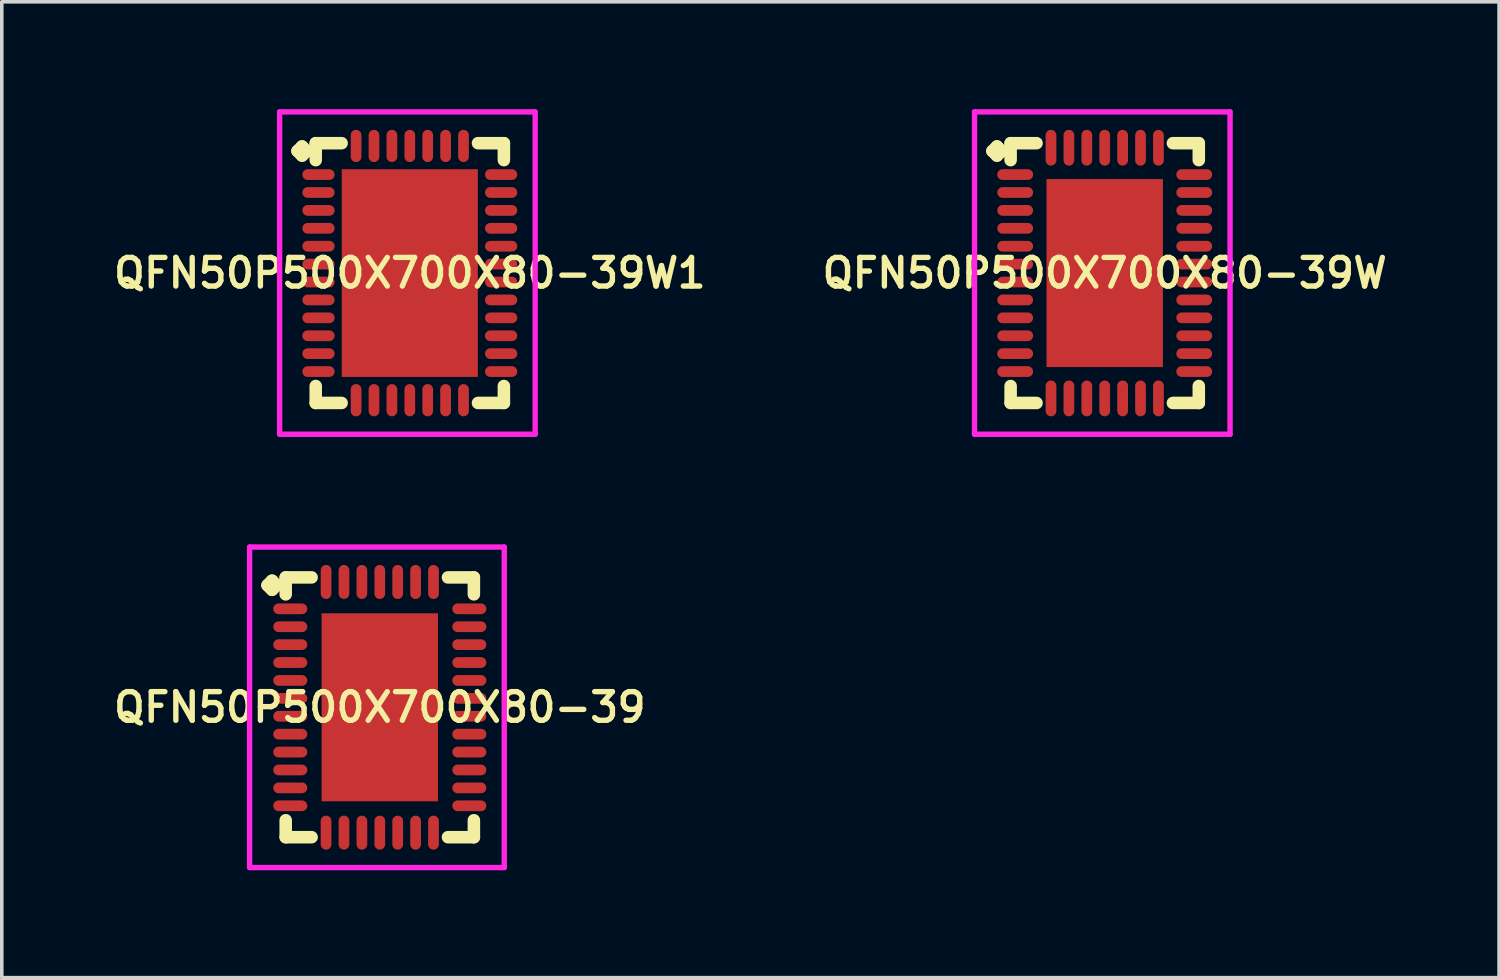
<source format=kicad_pcb>
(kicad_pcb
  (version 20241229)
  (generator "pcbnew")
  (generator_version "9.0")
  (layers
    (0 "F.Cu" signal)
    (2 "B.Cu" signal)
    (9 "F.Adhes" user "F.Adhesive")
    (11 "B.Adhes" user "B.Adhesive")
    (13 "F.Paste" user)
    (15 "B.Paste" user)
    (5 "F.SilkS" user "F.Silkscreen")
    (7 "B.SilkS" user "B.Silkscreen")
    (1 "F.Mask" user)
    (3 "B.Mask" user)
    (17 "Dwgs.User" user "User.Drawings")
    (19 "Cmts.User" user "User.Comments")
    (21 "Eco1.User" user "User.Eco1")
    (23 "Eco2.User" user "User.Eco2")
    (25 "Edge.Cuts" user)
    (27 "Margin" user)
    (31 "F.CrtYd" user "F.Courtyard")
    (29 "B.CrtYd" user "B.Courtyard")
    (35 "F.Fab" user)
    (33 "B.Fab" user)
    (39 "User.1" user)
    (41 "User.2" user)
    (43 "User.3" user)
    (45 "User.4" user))
  (footprint "QFN50P500X700X80-39W"
    (layer "F.Cu")
    (at 27.797 4.575)
    (property "Reference" "QFN50P500X700X80-39W" (at 0 0 0) (layer "F.SilkS") (effects (font (size 0.8 0.8) (thickness 0.15))))
    (attr smd)
    (fp_line (start -3.135 -3.408) (end -3.008 -3.535) (stroke (width 0.35) (type solid)) (layer "F.SilkS"))
    (fp_line (start -3.008 -3.535) (end -2.881 -3.408) (stroke (width 0.35) (type solid)) (layer "F.SilkS"))
    (fp_line (start -3.008 -3.281) (end -3.135 -3.408) (stroke (width 0.35) (type solid)) (layer "F.SilkS"))
    (fp_line (start -2.881 -3.408) (end -3.008 -3.281) (stroke (width 0.35) (type solid)) (layer "F.SilkS"))
    (fp_line (start -2.627 -3.627) (end -1.904 -3.627) (stroke (width 0.35) (type solid)) (layer "F.SilkS"))
    (fp_line (start -2.627 -3.154) (end -2.627 -3.627) (stroke (width 0.35) (type solid)) (layer "F.SilkS"))
    (fp_line (start -2.627 3.154) (end -2.627 3.627) (stroke (width 0.35) (type solid)) (layer "F.SilkS"))
    (fp_line (start -2.627 3.627) (end -1.904 3.627) (stroke (width 0.35) (type solid)) (layer "F.SilkS"))
    (fp_line (start 1.904 -3.627) (end 2.627 -3.627) (stroke (width 0.35) (type solid)) (layer "F.SilkS"))
    (fp_line (start 1.904 3.627) (end 2.627 3.627) (stroke (width 0.35) (type solid)) (layer "F.SilkS"))
    (fp_line (start 2.627 -3.627) (end 2.627 -3.154) (stroke (width 0.35) (type solid)) (layer "F.SilkS"))
    (fp_line (start 2.627 3.627) (end 2.627 3.154) (stroke (width 0.35) (type solid)) (layer "F.SilkS"))
    (fp_line (start -3.635 -4.5) (end 3.5 -4.5) (stroke (width 0.15) (type solid)) (layer "F.CrtYd"))
    (fp_line (start -3.635 4.5) (end -3.635 -4.5) (stroke (width 0.15) (type solid)) (layer "F.CrtYd"))
    (fp_line (start 3.5 -4.5) (end 3.5 4.5) (stroke (width 0.15) (type solid)) (layer "F.CrtYd"))
    (fp_line (start 3.5 4.5) (end -3.635 4.5) (stroke (width 0.15) (type solid)) (layer "F.CrtYd"))
    (pad "1" smd oval (at -2.5 -2.75) (size 1 0.3) (layers "F.Cu" "F.Mask" "F.Paste"))
    (pad "2" smd oval (at -2.5 -2.25) (size 1 0.3) (layers "F.Cu" "F.Mask" "F.Paste"))
    (pad "3" smd oval (at -2.5 -1.75) (size 1 0.3) (layers "F.Cu" "F.Mask" "F.Paste"))
    (pad "4" smd oval (at -2.5 -1.25) (size 1 0.3) (layers "F.Cu" "F.Mask" "F.Paste"))
    (pad "5" smd oval (at -2.5 -0.75) (size 1 0.3) (layers "F.Cu" "F.Mask" "F.Paste"))
    (pad "6" smd oval (at -2.5 -0.25) (size 1 0.3) (layers "F.Cu" "F.Mask" "F.Paste"))
    (pad "7" smd oval (at -2.5 0.25) (size 1 0.3) (layers "F.Cu" "F.Mask" "F.Paste"))
    (pad "8" smd oval (at -2.5 0.75) (size 1 0.3) (layers "F.Cu" "F.Mask" "F.Paste"))
    (pad "9" smd oval (at -2.5 1.25) (size 1 0.3) (layers "F.Cu" "F.Mask" "F.Paste"))
    (pad "10" smd oval (at -2.5 1.75) (size 1 0.3) (layers "F.Cu" "F.Mask" "F.Paste"))
    (pad "11" smd oval (at -2.5 2.25) (size 1 0.3) (layers "F.Cu" "F.Mask" "F.Paste"))
    (pad "12" smd oval (at -2.5 2.75) (size 1 0.3) (layers "F.Cu" "F.Mask" "F.Paste"))
    (pad "13" smd oval (at -1.5 3.5) (size 0.3 1) (layers "F.Cu" "F.Mask" "F.Paste"))
    (pad "14" smd oval (at -1 3.5) (size 0.3 1) (layers "F.Cu" "F.Mask" "F.Paste"))
    (pad "15" smd oval (at -0.5 3.5) (size 0.3 1) (layers "F.Cu" "F.Mask" "F.Paste"))
    (pad "16" smd oval (at 0 3.5) (size 0.3 1) (layers "F.Cu" "F.Mask" "F.Paste"))
    (pad "17" smd oval (at 0.5 3.5) (size 0.3 1) (layers "F.Cu" "F.Mask" "F.Paste"))
    (pad "18" smd oval (at 1 3.5) (size 0.3 1) (layers "F.Cu" "F.Mask" "F.Paste"))
    (pad "19" smd oval (at 1.5 3.5) (size 0.3 1) (layers "F.Cu" "F.Mask" "F.Paste"))
    (pad "20" smd oval (at 2.5 2.75) (size 1 0.3) (layers "F.Cu" "F.Mask" "F.Paste"))
    (pad "21" smd oval (at 2.5 2.25) (size 1 0.3) (layers "F.Cu" "F.Mask" "F.Paste"))
    (pad "22" smd oval (at 2.5 1.75) (size 1 0.3) (layers "F.Cu" "F.Mask" "F.Paste"))
    (pad "23" smd oval (at 2.5 1.25) (size 1 0.3) (layers "F.Cu" "F.Mask" "F.Paste"))
    (pad "24" smd oval (at 2.5 0.75) (size 1 0.3) (layers "F.Cu" "F.Mask" "F.Paste"))
    (pad "25" smd oval (at 2.5 0.25) (size 1 0.3) (layers "F.Cu" "F.Mask" "F.Paste"))
    (pad "26" smd oval (at 2.5 -0.25) (size 1 0.3) (layers "F.Cu" "F.Mask" "F.Paste"))
    (pad "27" smd oval (at 2.5 -0.75) (size 1 0.3) (layers "F.Cu" "F.Mask" "F.Paste"))
    (pad "28" smd oval (at 2.5 -1.25) (size 1 0.3) (layers "F.Cu" "F.Mask" "F.Paste"))
    (pad "29" smd oval (at 2.5 -1.75) (size 1 0.3) (layers "F.Cu" "F.Mask" "F.Paste"))
    (pad "30" smd oval (at 2.5 -2.25) (size 1 0.3) (layers "F.Cu" "F.Mask" "F.Paste"))
    (pad "31" smd oval (at 2.5 -2.75) (size 1 0.3) (layers "F.Cu" "F.Mask" "F.Paste"))
    (pad "32" smd oval (at 1.5 -3.5) (size 0.3 1) (layers "F.Cu" "F.Mask" "F.Paste"))
    (pad "33" smd oval (at 1 -3.5) (size 0.3 1) (layers "F.Cu" "F.Mask" "F.Paste"))
    (pad "34" smd oval (at 0.5 -3.5) (size 0.3 1) (layers "F.Cu" "F.Mask" "F.Paste"))
    (pad "35" smd oval (at 0 -3.5) (size 0.3 1) (layers "F.Cu" "F.Mask" "F.Paste"))
    (pad "36" smd oval (at -0.5 -3.5) (size 0.3 1) (layers "F.Cu" "F.Mask" "F.Paste"))
    (pad "37" smd oval (at -1 -3.5) (size 0.3 1) (layers "F.Cu" "F.Mask" "F.Paste"))
    (pad "38" smd oval (at -1.5 -3.5) (size 0.3 1) (layers "F.Cu" "F.Mask" "F.Paste"))
    (pad "39" smd rect (at 0 0) (size 3.25 5.25) (layers "F.Cu" "F.Mask" "F.Paste")))
  (footprint "QFN50P500X700X80-39W1"
    (layer "F.Cu")
    (at 8.393 4.575)
    (property "Reference" "QFN50P500X700X80-39W1" (at 0 0 0) (layer "F.SilkS") (effects (font (size 0.8 0.8) (thickness 0.15))))
    (attr smd)
    (fp_line (start -3.135 -3.408) (end -3.008 -3.535) (stroke (width 0.35) (type solid)) (layer "F.SilkS"))
    (fp_line (start -3.008 -3.535) (end -2.881 -3.408) (stroke (width 0.35) (type solid)) (layer "F.SilkS"))
    (fp_line (start -3.008 -3.281) (end -3.135 -3.408) (stroke (width 0.35) (type solid)) (layer "F.SilkS"))
    (fp_line (start -2.881 -3.408) (end -3.008 -3.281) (stroke (width 0.35) (type solid)) (layer "F.SilkS"))
    (fp_line (start -2.627 -3.627) (end -1.904 -3.627) (stroke (width 0.35) (type solid)) (layer "F.SilkS"))
    (fp_line (start -2.627 -3.154) (end -2.627 -3.627) (stroke (width 0.35) (type solid)) (layer "F.SilkS"))
    (fp_line (start -2.627 3.154) (end -2.627 3.627) (stroke (width 0.35) (type solid)) (layer "F.SilkS"))
    (fp_line (start -2.627 3.627) (end -1.904 3.627) (stroke (width 0.35) (type solid)) (layer "F.SilkS"))
    (fp_line (start 1.904 -3.627) (end 2.627 -3.627) (stroke (width 0.35) (type solid)) (layer "F.SilkS"))
    (fp_line (start 1.904 3.627) (end 2.627 3.627) (stroke (width 0.35) (type solid)) (layer "F.SilkS"))
    (fp_line (start 2.627 -3.627) (end 2.627 -3.154) (stroke (width 0.35) (type solid)) (layer "F.SilkS"))
    (fp_line (start 2.627 3.627) (end 2.627 3.154) (stroke (width 0.35) (type solid)) (layer "F.SilkS"))
    (fp_line (start -3.635 -4.5) (end 3.5 -4.5) (stroke (width 0.15) (type solid)) (layer "F.CrtYd"))
    (fp_line (start -3.635 4.5) (end -3.635 -4.5) (stroke (width 0.15) (type solid)) (layer "F.CrtYd"))
    (fp_line (start 3.5 -4.5) (end 3.5 4.5) (stroke (width 0.15) (type solid)) (layer "F.CrtYd"))
    (fp_line (start 3.5 4.5) (end -3.635 4.5) (stroke (width 0.15) (type solid)) (layer "F.CrtYd"))
    (pad "1" smd oval (at -2.55 -2.75) (size 0.9 0.3) (layers "F.Cu" "F.Mask" "F.Paste"))
    (pad "2" smd oval (at -2.55 -2.25) (size 0.9 0.3) (layers "F.Cu" "F.Mask" "F.Paste"))
    (pad "3" smd oval (at -2.55 -1.75) (size 0.9 0.3) (layers "F.Cu" "F.Mask" "F.Paste"))
    (pad "4" smd oval (at -2.55 -1.25) (size 0.9 0.3) (layers "F.Cu" "F.Mask" "F.Paste"))
    (pad "5" smd oval (at -2.55 -0.75) (size 0.9 0.3) (layers "F.Cu" "F.Mask" "F.Paste"))
    (pad "6" smd oval (at -2.55 -0.25) (size 0.9 0.3) (layers "F.Cu" "F.Mask" "F.Paste"))
    (pad "7" smd oval (at -2.55 0.25) (size 0.9 0.3) (layers "F.Cu" "F.Mask" "F.Paste"))
    (pad "8" smd oval (at -2.55 0.75) (size 0.9 0.3) (layers "F.Cu" "F.Mask" "F.Paste"))
    (pad "9" smd oval (at -2.55 1.25) (size 0.9 0.3) (layers "F.Cu" "F.Mask" "F.Paste"))
    (pad "10" smd oval (at -2.55 1.75) (size 0.9 0.3) (layers "F.Cu" "F.Mask" "F.Paste"))
    (pad "11" smd oval (at -2.55 2.25) (size 0.9 0.3) (layers "F.Cu" "F.Mask" "F.Paste"))
    (pad "12" smd oval (at -2.55 2.75) (size 0.9 0.3) (layers "F.Cu" "F.Mask" "F.Paste"))
    (pad "13" smd oval (at -1.5 3.55) (size 0.3 0.9) (layers "F.Cu" "F.Mask" "F.Paste"))
    (pad "14" smd oval (at -1 3.55) (size 0.3 0.9) (layers "F.Cu" "F.Mask" "F.Paste"))
    (pad "15" smd oval (at -0.5 3.55) (size 0.3 0.9) (layers "F.Cu" "F.Mask" "F.Paste"))
    (pad "16" smd oval (at 0 3.55) (size 0.3 0.9) (layers "F.Cu" "F.Mask" "F.Paste"))
    (pad "17" smd oval (at 0.5 3.55) (size 0.3 0.9) (layers "F.Cu" "F.Mask" "F.Paste"))
    (pad "18" smd oval (at 1 3.55) (size 0.3 0.9) (layers "F.Cu" "F.Mask" "F.Paste"))
    (pad "19" smd oval (at 1.5 3.55) (size 0.3 0.9) (layers "F.Cu" "F.Mask" "F.Paste"))
    (pad "20" smd oval (at 2.55 2.75) (size 0.9 0.3) (layers "F.Cu" "F.Mask" "F.Paste"))
    (pad "21" smd oval (at 2.55 2.25) (size 0.9 0.3) (layers "F.Cu" "F.Mask" "F.Paste"))
    (pad "22" smd oval (at 2.55 1.75) (size 0.9 0.3) (layers "F.Cu" "F.Mask" "F.Paste"))
    (pad "23" smd oval (at 2.55 1.25) (size 0.9 0.3) (layers "F.Cu" "F.Mask" "F.Paste"))
    (pad "24" smd oval (at 2.55 0.75) (size 0.9 0.3) (layers "F.Cu" "F.Mask" "F.Paste"))
    (pad "25" smd oval (at 2.55 0.25) (size 0.9 0.3) (layers "F.Cu" "F.Mask" "F.Paste"))
    (pad "26" smd oval (at 2.55 -0.25) (size 0.9 0.3) (layers "F.Cu" "F.Mask" "F.Paste"))
    (pad "27" smd oval (at 2.55 -0.75) (size 0.9 0.3) (layers "F.Cu" "F.Mask" "F.Paste"))
    (pad "28" smd oval (at 2.55 -1.25) (size 0.9 0.3) (layers "F.Cu" "F.Mask" "F.Paste"))
    (pad "29" smd oval (at 2.55 -1.75) (size 0.9 0.3) (layers "F.Cu" "F.Mask" "F.Paste"))
    (pad "30" smd oval (at 2.55 -2.25) (size 0.9 0.3) (layers "F.Cu" "F.Mask" "F.Paste"))
    (pad "31" smd oval (at 2.55 -2.75) (size 0.9 0.3) (layers "F.Cu" "F.Mask" "F.Paste"))
    (pad "32" smd oval (at 1.5 -3.55) (size 0.3 0.9) (layers "F.Cu" "F.Mask" "F.Paste"))
    (pad "33" smd oval (at 1 -3.55) (size 0.3 0.9) (layers "F.Cu" "F.Mask" "F.Paste"))
    (pad "34" smd oval (at 0.5 -3.55) (size 0.3 0.9) (layers "F.Cu" "F.Mask" "F.Paste"))
    (pad "35" smd oval (at 0 -3.55) (size 0.3 0.9) (layers "F.Cu" "F.Mask" "F.Paste"))
    (pad "36" smd oval (at -0.5 -3.55) (size 0.3 0.9) (layers "F.Cu" "F.Mask" "F.Paste"))
    (pad "37" smd oval (at -1 -3.55) (size 0.3 0.9) (layers "F.Cu" "F.Mask" "F.Paste"))
    (pad "38" smd oval (at -1.5 -3.55) (size 0.3 0.9) (layers "F.Cu" "F.Mask" "F.Paste"))
    (pad "39" smd rect (at 0 0) (size 3.8 5.8) (layers "F.Cu" "F.Mask" "F.Paste")))
  (footprint "QFN50P500X700X80-39"
    (layer "F.Cu")
    (at 7.555 16.7)
    (property "Reference" "QFN50P500X700X80-39" (at 0 0 0) (layer "F.SilkS") (effects (font (size 0.8 0.8) (thickness 0.15))))
    (attr smd)
    (fp_line (start -3.135 -3.408) (end -3.008 -3.535) (stroke (width 0.35) (type solid)) (layer "F.SilkS"))
    (fp_line (start -3.008 -3.535) (end -2.881 -3.408) (stroke (width 0.35) (type solid)) (layer "F.SilkS"))
    (fp_line (start -3.008 -3.281) (end -3.135 -3.408) (stroke (width 0.35) (type solid)) (layer "F.SilkS"))
    (fp_line (start -2.881 -3.408) (end -3.008 -3.281) (stroke (width 0.35) (type solid)) (layer "F.SilkS"))
    (fp_line (start -2.627 -3.627) (end -1.904 -3.627) (stroke (width 0.35) (type solid)) (layer "F.SilkS"))
    (fp_line (start -2.627 -3.154) (end -2.627 -3.627) (stroke (width 0.35) (type solid)) (layer "F.SilkS"))
    (fp_line (start -2.627 3.154) (end -2.627 3.627) (stroke (width 0.35) (type solid)) (layer "F.SilkS"))
    (fp_line (start -2.627 3.627) (end -1.904 3.627) (stroke (width 0.35) (type solid)) (layer "F.SilkS"))
    (fp_line (start 1.904 -3.627) (end 2.627 -3.627) (stroke (width 0.35) (type solid)) (layer "F.SilkS"))
    (fp_line (start 1.904 3.627) (end 2.627 3.627) (stroke (width 0.35) (type solid)) (layer "F.SilkS"))
    (fp_line (start 2.627 -3.627) (end 2.627 -3.154) (stroke (width 0.35) (type solid)) (layer "F.SilkS"))
    (fp_line (start 2.627 3.627) (end 2.627 3.154) (stroke (width 0.35) (type solid)) (layer "F.SilkS"))
    (fp_line (start -3.635 -4.475) (end 3.475 -4.475) (stroke (width 0.15) (type solid)) (layer "F.CrtYd"))
    (fp_line (start -3.635 4.475) (end -3.635 -4.475) (stroke (width 0.15) (type solid)) (layer "F.CrtYd"))
    (fp_line (start 3.475 -4.475) (end 3.475 4.475) (stroke (width 0.15) (type solid)) (layer "F.CrtYd"))
    (fp_line (start 3.475 4.475) (end -3.635 4.475) (stroke (width 0.15) (type solid)) (layer "F.CrtYd"))
    (pad "1" smd oval (at -2.5 -2.75) (size 0.95 0.3) (layers "F.Cu" "F.Mask" "F.Paste"))
    (pad "2" smd oval (at -2.5 -2.25) (size 0.95 0.3) (layers "F.Cu" "F.Mask" "F.Paste"))
    (pad "3" smd oval (at -2.5 -1.75) (size 0.95 0.3) (layers "F.Cu" "F.Mask" "F.Paste"))
    (pad "4" smd oval (at -2.5 -1.25) (size 0.95 0.3) (layers "F.Cu" "F.Mask" "F.Paste"))
    (pad "5" smd oval (at -2.5 -0.75) (size 0.95 0.3) (layers "F.Cu" "F.Mask" "F.Paste"))
    (pad "6" smd oval (at -2.5 -0.25) (size 0.95 0.3) (layers "F.Cu" "F.Mask" "F.Paste"))
    (pad "7" smd oval (at -2.5 0.25) (size 0.95 0.3) (layers "F.Cu" "F.Mask" "F.Paste"))
    (pad "8" smd oval (at -2.5 0.75) (size 0.95 0.3) (layers "F.Cu" "F.Mask" "F.Paste"))
    (pad "9" smd oval (at -2.5 1.25) (size 0.95 0.3) (layers "F.Cu" "F.Mask" "F.Paste"))
    (pad "10" smd oval (at -2.5 1.75) (size 0.95 0.3) (layers "F.Cu" "F.Mask" "F.Paste"))
    (pad "11" smd oval (at -2.5 2.25) (size 0.95 0.3) (layers "F.Cu" "F.Mask" "F.Paste"))
    (pad "12" smd oval (at -2.5 2.75) (size 0.95 0.3) (layers "F.Cu" "F.Mask" "F.Paste"))
    (pad "13" smd oval (at -1.5 3.5) (size 0.3 0.95) (layers "F.Cu" "F.Mask" "F.Paste"))
    (pad "14" smd oval (at -1 3.5) (size 0.3 0.95) (layers "F.Cu" "F.Mask" "F.Paste"))
    (pad "15" smd oval (at -0.5 3.5) (size 0.3 0.95) (layers "F.Cu" "F.Mask" "F.Paste"))
    (pad "16" smd oval (at 0 3.5) (size 0.3 0.95) (layers "F.Cu" "F.Mask" "F.Paste"))
    (pad "17" smd oval (at 0.5 3.5) (size 0.3 0.95) (layers "F.Cu" "F.Mask" "F.Paste"))
    (pad "18" smd oval (at 1 3.5) (size 0.3 0.95) (layers "F.Cu" "F.Mask" "F.Paste"))
    (pad "19" smd oval (at 1.5 3.5) (size 0.3 0.95) (layers "F.Cu" "F.Mask" "F.Paste"))
    (pad "20" smd oval (at 2.5 2.75) (size 0.95 0.3) (layers "F.Cu" "F.Mask" "F.Paste"))
    (pad "21" smd oval (at 2.5 2.25) (size 0.95 0.3) (layers "F.Cu" "F.Mask" "F.Paste"))
    (pad "22" smd oval (at 2.5 1.75) (size 0.95 0.3) (layers "F.Cu" "F.Mask" "F.Paste"))
    (pad "23" smd oval (at 2.5 1.25) (size 0.95 0.3) (layers "F.Cu" "F.Mask" "F.Paste"))
    (pad "24" smd oval (at 2.5 0.75) (size 0.95 0.3) (layers "F.Cu" "F.Mask" "F.Paste"))
    (pad "25" smd oval (at 2.5 0.25) (size 0.95 0.3) (layers "F.Cu" "F.Mask" "F.Paste"))
    (pad "26" smd oval (at 2.5 -0.25) (size 0.95 0.3) (layers "F.Cu" "F.Mask" "F.Paste"))
    (pad "27" smd oval (at 2.5 -0.75) (size 0.95 0.3) (layers "F.Cu" "F.Mask" "F.Paste"))
    (pad "28" smd oval (at 2.5 -1.25) (size 0.95 0.3) (layers "F.Cu" "F.Mask" "F.Paste"))
    (pad "29" smd oval (at 2.5 -1.75) (size 0.95 0.3) (layers "F.Cu" "F.Mask" "F.Paste"))
    (pad "30" smd oval (at 2.5 -2.25) (size 0.95 0.3) (layers "F.Cu" "F.Mask" "F.Paste"))
    (pad "31" smd oval (at 2.5 -2.75) (size 0.95 0.3) (layers "F.Cu" "F.Mask" "F.Paste"))
    (pad "32" smd oval (at 1.5 -3.5) (size 0.3 0.95) (layers "F.Cu" "F.Mask" "F.Paste"))
    (pad "33" smd oval (at 1 -3.5) (size 0.3 0.95) (layers "F.Cu" "F.Mask" "F.Paste"))
    (pad "34" smd oval (at 0.5 -3.5) (size 0.3 0.95) (layers "F.Cu" "F.Mask" "F.Paste"))
    (pad "35" smd oval (at 0 -3.5) (size 0.3 0.95) (layers "F.Cu" "F.Mask" "F.Paste"))
    (pad "36" smd oval (at -0.5 -3.5) (size 0.3 0.95) (layers "F.Cu" "F.Mask" "F.Paste"))
    (pad "37" smd oval (at -1 -3.5) (size 0.3 0.95) (layers "F.Cu" "F.Mask" "F.Paste"))
    (pad "38" smd oval (at -1.5 -3.5) (size 0.3 0.95) (layers "F.Cu" "F.Mask" "F.Paste"))
    (pad "39" smd rect (at 0 0) (size 3.25 5.25) (layers "F.Cu" "F.Mask" "F.Paste")))
  (gr_rect
    (start -3 -3)
    (end 38.809 24.25)
    (stroke (width 0.1) (type default))
    (fill no)
    (layer "Edge.Cuts")))
</source>
